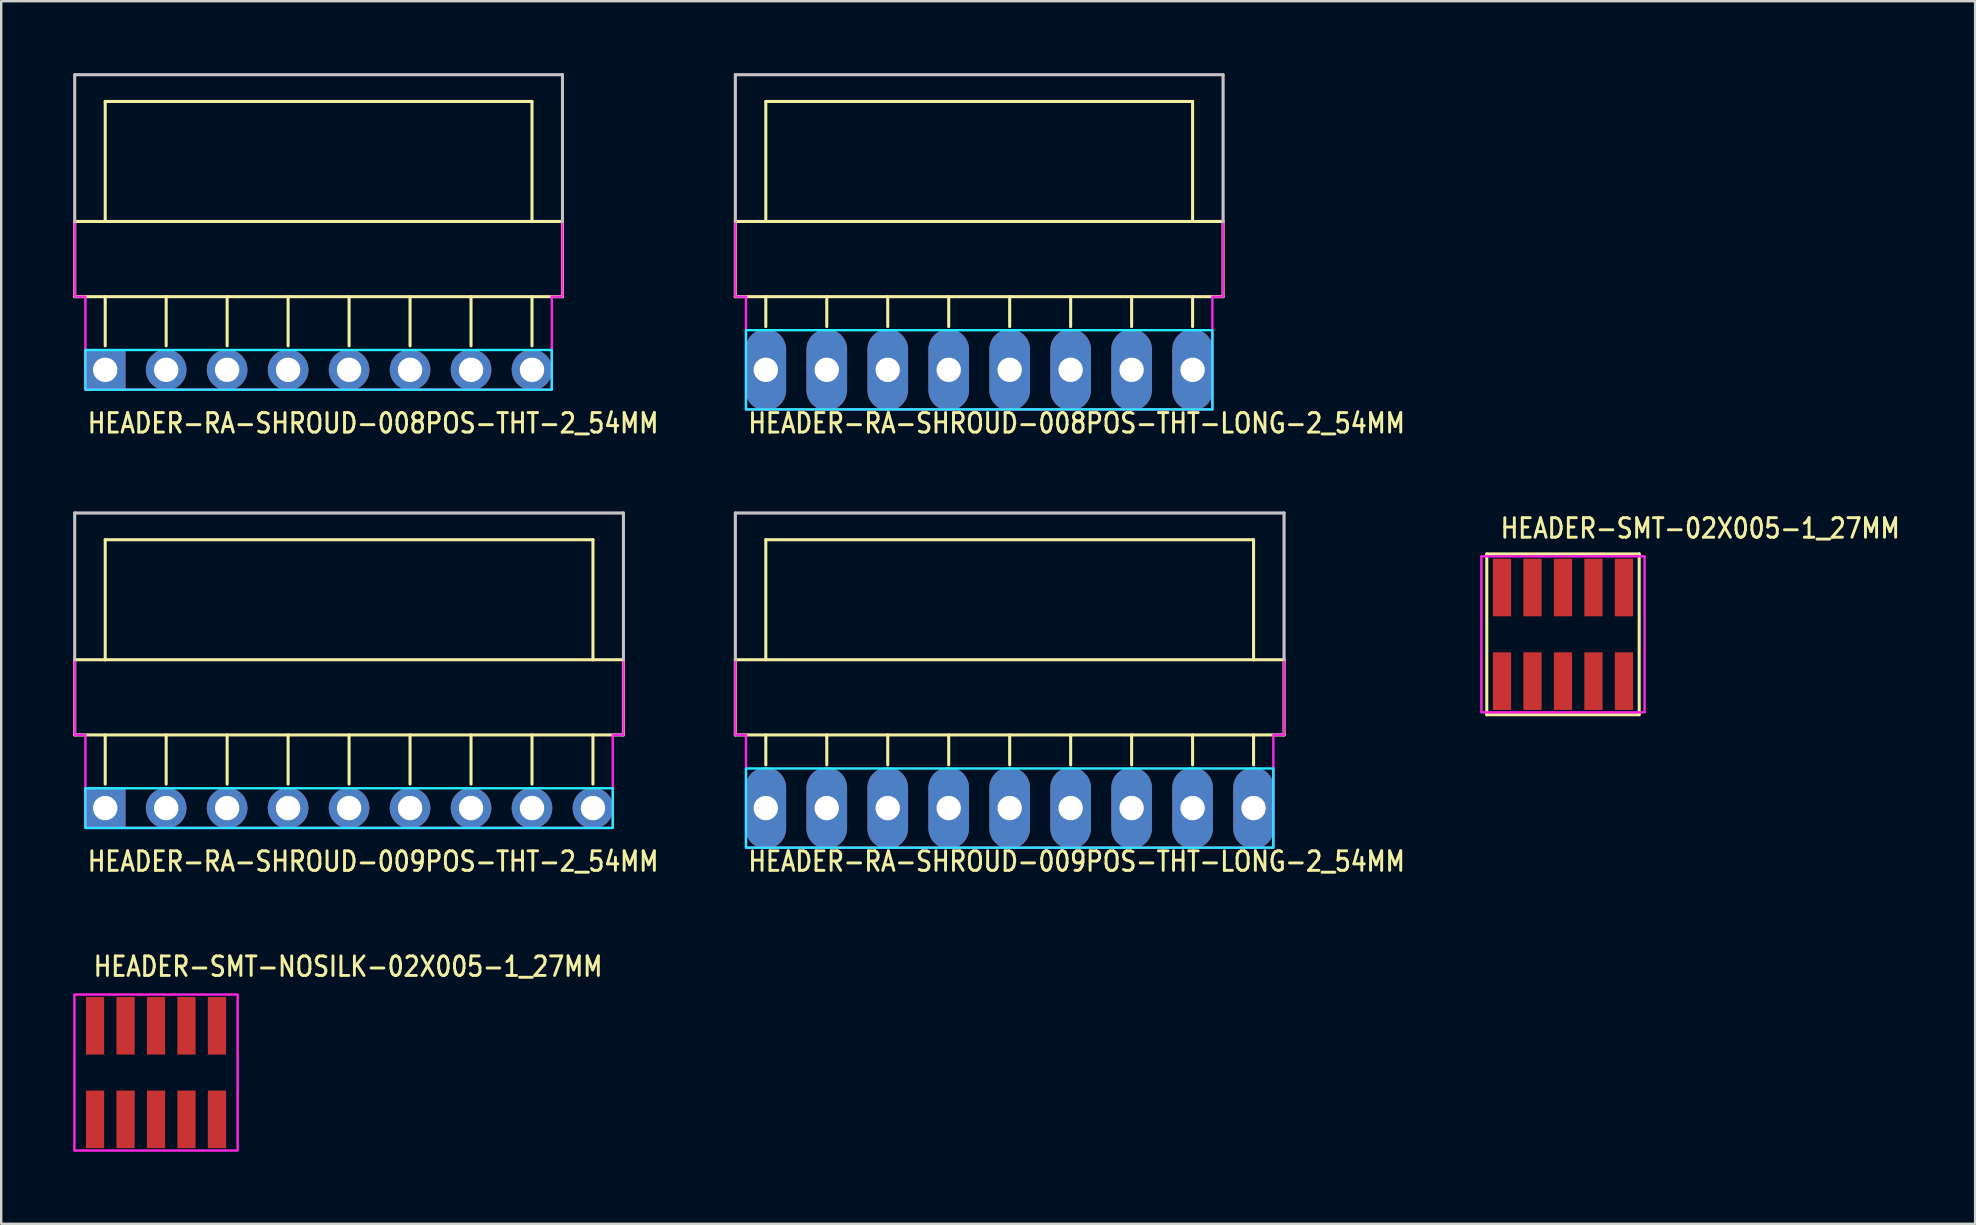
<source format=kicad_pcb>
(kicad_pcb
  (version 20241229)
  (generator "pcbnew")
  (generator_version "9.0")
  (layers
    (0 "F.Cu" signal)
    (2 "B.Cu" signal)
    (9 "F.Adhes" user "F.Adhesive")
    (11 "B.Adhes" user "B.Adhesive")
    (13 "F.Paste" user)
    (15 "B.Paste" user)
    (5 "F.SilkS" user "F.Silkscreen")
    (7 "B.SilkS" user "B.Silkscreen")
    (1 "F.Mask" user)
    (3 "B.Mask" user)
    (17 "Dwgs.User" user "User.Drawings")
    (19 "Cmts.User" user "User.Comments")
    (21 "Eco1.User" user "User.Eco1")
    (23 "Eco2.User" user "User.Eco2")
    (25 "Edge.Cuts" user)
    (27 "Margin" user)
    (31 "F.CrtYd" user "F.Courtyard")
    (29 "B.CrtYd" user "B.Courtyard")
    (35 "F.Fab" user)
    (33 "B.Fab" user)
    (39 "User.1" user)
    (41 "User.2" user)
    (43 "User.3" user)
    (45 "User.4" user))
  (footprint "HEADER-SMT-NOSILK-02X005-1_27MM"
    (layer "F.Cu")
    (at 3.45 41.633)
    (property "Reference" "HEADER-SMT-NOSILK-02X005-1_27MM" (at -2.67 -3.94 0) (unlocked yes) (layer "F.SilkS") (effects (font (size 0.813 0.695) (thickness 0.122)) (justify left bottom)))
    (fp_poly (pts (xy -3.4 -3.25) (xy 3.4 -3.25) (xy 3.4 3.25) (xy -3.4 3.25)) (stroke (width 0.1) (type solid)) (fill no) (layer "F.CrtYd"))
    (pad "1" smd rect (at -2.54 1.95) (size 0.76 2.4) (layers "F.Cu" "F.Mask" "F.Paste"))
    (pad "2" smd rect (at -2.54 -1.95) (size 0.76 2.4) (layers "F.Cu" "F.Mask" "F.Paste"))
    (pad "3" smd rect (at -1.27 1.95) (size 0.76 2.4) (layers "F.Cu" "F.Mask" "F.Paste"))
    (pad "4" smd rect (at -1.27 -1.95) (size 0.76 2.4) (layers "F.Cu" "F.Mask" "F.Paste"))
    (pad "5" smd rect (at 0 1.95) (size 0.76 2.4) (layers "F.Cu" "F.Mask" "F.Paste"))
    (pad "6" smd rect (at 0 -1.95) (size 0.76 2.4) (layers "F.Cu" "F.Mask" "F.Paste"))
    (pad "7" smd rect (at 1.27 1.95) (size 0.76 2.4) (layers "F.Cu" "F.Mask" "F.Paste"))
    (pad "8" smd rect (at 1.27 -1.95) (size 0.76 2.4) (layers "F.Cu" "F.Mask" "F.Paste"))
    (pad "9" smd rect (at 2.54 1.95) (size 0.76 2.4) (layers "F.Cu" "F.Mask" "F.Paste"))
    (pad "10" smd rect (at 2.54 -1.95) (size 0.76 2.4) (layers "F.Cu" "F.Mask" "F.Paste")))
  (footprint "HEADER-RA-SHROUD-008POS-THT-2_54MM"
    (layer "F.Cu")
    (at 1.333 12.357)
    (property "Reference" "HEADER-RA-SHROUD-008POS-THT-2_54MM" (at -0.8 2.7 0) (unlocked yes) (layer "F.SilkS") (effects (font (size 0.813 0.695) (thickness 0.122)) (justify left bottom)))
    (fp_line (start -1.27 -6.18) (end -1.27 -3.048) (stroke (width 0.127) (type solid)) (layer "F.SilkS"))
    (fp_line (start -1.27 -3.048) (end 19.05 -3.048) (stroke (width 0.127) (type solid)) (layer "F.SilkS"))
    (fp_line (start 0 -11.18) (end 0 -6.18) (stroke (width 0.127) (type solid)) (layer "F.SilkS"))
    (fp_line (start 0 -6.18) (end -1.27 -6.18) (stroke (width 0.127) (type solid)) (layer "F.SilkS"))
    (fp_line (start 0 -1) (end 0 -3.048) (stroke (width 0.127) (type solid)) (layer "F.SilkS"))
    (fp_line (start 2.54 -1) (end 2.54 -3.048) (stroke (width 0.127) (type solid)) (layer "F.SilkS"))
    (fp_line (start 5.08 -1) (end 5.08 -3.048) (stroke (width 0.127) (type solid)) (layer "F.SilkS"))
    (fp_line (start 7.62 -1) (end 7.62 -3.048) (stroke (width 0.127) (type solid)) (layer "F.SilkS"))
    (fp_line (start 10.16 -1) (end 10.16 -3.048) (stroke (width 0.127) (type solid)) (layer "F.SilkS"))
    (fp_line (start 12.7 -1) (end 12.7 -3.048) (stroke (width 0.127) (type solid)) (layer "F.SilkS"))
    (fp_line (start 15.24 -1) (end 15.24 -3.048) (stroke (width 0.127) (type solid)) (layer "F.SilkS"))
    (fp_line (start 17.78 -11.18) (end 0 -11.18) (stroke (width 0.127) (type solid)) (layer "F.SilkS"))
    (fp_line (start 17.78 -6.18) (end 0 -6.18) (stroke (width 0.127) (type solid)) (layer "F.SilkS"))
    (fp_line (start 17.78 -6.18) (end 17.78 -11.18) (stroke (width 0.127) (type solid)) (layer "F.SilkS"))
    (fp_line (start 17.78 -1) (end 17.78 -3.048) (stroke (width 0.127) (type solid)) (layer "F.SilkS"))
    (fp_line (start 19.05 -6.18) (end 17.78 -6.18) (stroke (width 0.127) (type solid)) (layer "F.SilkS"))
    (fp_line (start 19.05 -3.048) (end 19.05 -6.18) (stroke (width 0.127) (type solid)) (layer "F.SilkS"))
    (fp_line (start -1.27 -12.294) (end 19.05 -12.294) (stroke (width 0.127) (type solid)) (layer "Dwgs.User"))
    (fp_line (start -1.27 -6.18) (end -1.27 -12.294) (stroke (width 0.127) (type solid)) (layer "Dwgs.User"))
    (fp_line (start 19.05 -12.294) (end 19.05 -6.18) (stroke (width 0.127) (type solid)) (layer "Dwgs.User"))
    (fp_poly (pts (xy -0.826 -0.826) (xy -0.826 0.826) (xy 18.605 0.826) (xy 18.605 -0.826)) (stroke (width 0.1) (type solid)) (fill no) (layer "B.CrtYd"))
    (fp_poly (pts (xy -1.27 -12.294) (xy -1.27 -3.048) (xy -0.826 -3.048) (xy -0.826 0.826) (xy 18.605 0.826) (xy 18.605 -3.048) (xy 19.05 -3.048) (xy 19.05 -12.294)) (stroke (width 0.1) (type solid)) (fill no) (layer "F.CrtYd"))
    (pad "1" thru_hole rect (at 0 0) (size 1.693 1.693) (drill 1.016) (layers "*.Cu" "*.Mask"))
    (pad "2" thru_hole oval (at 2.54 0) (size 1.693 1.693) (drill 1.016) (layers "*.Cu" "*.Mask"))
    (pad "3" thru_hole oval (at 5.08 0) (size 1.693 1.693) (drill 1.016) (layers "*.Cu" "*.Mask"))
    (pad "4" thru_hole oval (at 7.62 0) (size 1.693 1.693) (drill 1.016) (layers "*.Cu" "*.Mask"))
    (pad "5" thru_hole oval (at 10.16 0) (size 1.693 1.693) (drill 1.016) (layers "*.Cu" "*.Mask"))
    (pad "6" thru_hole oval (at 12.7 0) (size 1.693 1.693) (drill 1.016) (layers "*.Cu" "*.Mask"))
    (pad "7" thru_hole oval (at 15.24 0) (size 1.693 1.693) (drill 1.016) (layers "*.Cu" "*.Mask"))
    (pad "8" thru_hole oval (at 17.78 0) (size 1.693 1.693) (drill 1.016) (layers "*.Cu" "*.Mask")))
  (footprint "HEADER-RA-SHROUD-009POS-THT-LONG-2_54MM"
    (layer "F.Cu")
    (at 28.854 30.615)
    (property "Reference" "HEADER-RA-SHROUD-009POS-THT-LONG-2_54MM" (at -0.8 2.7 0) (unlocked yes) (layer "F.SilkS") (effects (font (size 0.813 0.695) (thickness 0.122)) (justify left bottom)))
    (fp_line (start -1.27 -6.18) (end -1.27 -3.048) (stroke (width 0.127) (type solid)) (layer "F.SilkS"))
    (fp_line (start -1.27 -3.048) (end 21.59 -3.048) (stroke (width 0.127) (type solid)) (layer "F.SilkS"))
    (fp_line (start 0 -11.18) (end 0 -6.18) (stroke (width 0.127) (type solid)) (layer "F.SilkS"))
    (fp_line (start 0 -6.18) (end -1.27 -6.18) (stroke (width 0.127) (type solid)) (layer "F.SilkS"))
    (fp_line (start 0 -1.8) (end 0 -3.048) (stroke (width 0.127) (type solid)) (layer "F.SilkS"))
    (fp_line (start 2.54 -1.8) (end 2.54 -3.048) (stroke (width 0.127) (type solid)) (layer "F.SilkS"))
    (fp_line (start 5.08 -1.8) (end 5.08 -3.048) (stroke (width 0.127) (type solid)) (layer "F.SilkS"))
    (fp_line (start 7.62 -1.8) (end 7.62 -3.048) (stroke (width 0.127) (type solid)) (layer "F.SilkS"))
    (fp_line (start 10.16 -1.8) (end 10.16 -3.048) (stroke (width 0.127) (type solid)) (layer "F.SilkS"))
    (fp_line (start 12.7 -1.8) (end 12.7 -3.048) (stroke (width 0.127) (type solid)) (layer "F.SilkS"))
    (fp_line (start 15.24 -1.8) (end 15.24 -3.048) (stroke (width 0.127) (type solid)) (layer "F.SilkS"))
    (fp_line (start 17.78 -1.8) (end 17.78 -3.048) (stroke (width 0.127) (type solid)) (layer "F.SilkS"))
    (fp_line (start 20.32 -11.18) (end 0 -11.18) (stroke (width 0.127) (type solid)) (layer "F.SilkS"))
    (fp_line (start 20.32 -6.18) (end 0 -6.18) (stroke (width 0.127) (type solid)) (layer "F.SilkS"))
    (fp_line (start 20.32 -6.18) (end 20.32 -11.18) (stroke (width 0.127) (type solid)) (layer "F.SilkS"))
    (fp_line (start 20.32 -1.8) (end 20.32 -3.048) (stroke (width 0.127) (type solid)) (layer "F.SilkS"))
    (fp_line (start 21.59 -6.18) (end 20.32 -6.18) (stroke (width 0.127) (type solid)) (layer "F.SilkS"))
    (fp_line (start 21.59 -3.048) (end 21.59 -6.18) (stroke (width 0.127) (type solid)) (layer "F.SilkS"))
    (fp_line (start -1.27 -12.294) (end 21.59 -12.294) (stroke (width 0.127) (type solid)) (layer "Dwgs.User"))
    (fp_line (start -1.27 -6.18) (end -1.27 -12.294) (stroke (width 0.127) (type solid)) (layer "Dwgs.User"))
    (fp_line (start 21.59 -12.294) (end 21.59 -6.18) (stroke (width 0.127) (type solid)) (layer "Dwgs.User"))
    (fp_poly (pts (xy -0.826 -1.65) (xy -0.826 1.65) (xy 21.145 1.65) (xy 21.145 -1.65)) (stroke (width 0.1) (type solid)) (fill no) (layer "B.CrtYd"))
    (fp_poly (pts (xy -1.27 -12.294) (xy -1.27 -3.048) (xy -0.826 -3.048) (xy -0.826 1.65) (xy 21.145 1.65) (xy 21.145 -3.048) (xy 21.59 -3.048) (xy 21.59 -12.294)) (stroke (width 0.1) (type solid)) (fill no) (layer "F.CrtYd"))
    (pad "1" thru_hole oval (at 0 0 90) (size 3.387 1.693) (drill 1.016) (layers "*.Cu" "*.Mask"))
    (pad "2" thru_hole oval (at 2.54 0 90) (size 3.387 1.693) (drill 1.016) (layers "*.Cu" "*.Mask"))
    (pad "3" thru_hole oval (at 5.08 0 90) (size 3.387 1.693) (drill 1.016) (layers "*.Cu" "*.Mask"))
    (pad "4" thru_hole oval (at 7.62 0 90) (size 3.387 1.693) (drill 1.016) (layers "*.Cu" "*.Mask"))
    (pad "5" thru_hole oval (at 10.16 0 90) (size 3.387 1.693) (drill 1.016) (layers "*.Cu" "*.Mask"))
    (pad "6" thru_hole oval (at 12.7 0 90) (size 3.387 1.693) (drill 1.016) (layers "*.Cu" "*.Mask"))
    (pad "7" thru_hole oval (at 15.24 0 90) (size 3.387 1.693) (drill 1.016) (layers "*.Cu" "*.Mask"))
    (pad "8" thru_hole oval (at 17.78 0 90) (size 3.387 1.693) (drill 1.016) (layers "*.Cu" "*.Mask"))
    (pad "9" thru_hole oval (at 20.32 0 90) (size 3.387 1.693) (drill 1.016) (layers "*.Cu" "*.Mask")))
  (footprint "HEADER-SMT-02X005-1_27MM"
    (layer "F.Cu")
    (at 62.065 23.376)
    (property "Reference" "HEADER-SMT-02X005-1_27MM" (at -2.67 -3.94 0) (unlocked yes) (layer "F.SilkS") (effects (font (size 0.813 0.695) (thickness 0.122)) (justify left bottom)))
    (fp_line (start -3.175 -3.35) (end -3.175 3.35) (stroke (width 0.127) (type solid)) (layer "F.SilkS"))
    (fp_line (start -3.175 3.35) (end 3.175 3.35) (stroke (width 0.127) (type solid)) (layer "F.SilkS"))
    (fp_line (start 3.175 -3.35) (end -3.175 -3.35) (stroke (width 0.127) (type solid)) (layer "F.SilkS"))
    (fp_line (start 3.175 3.35) (end 3.175 -3.35) (stroke (width 0.127) (type solid)) (layer "F.SilkS"))
    (fp_poly (pts (xy -3.4 -3.25) (xy 3.4 -3.25) (xy 3.4 3.25) (xy -3.4 3.25)) (stroke (width 0.1) (type solid)) (fill no) (layer "F.CrtYd"))
    (pad "1" smd rect (at -2.54 1.95) (size 0.76 2.4) (layers "F.Cu" "F.Mask" "F.Paste"))
    (pad "2" smd rect (at -2.54 -1.95) (size 0.76 2.4) (layers "F.Cu" "F.Mask" "F.Paste"))
    (pad "3" smd rect (at -1.27 1.95) (size 0.76 2.4) (layers "F.Cu" "F.Mask" "F.Paste"))
    (pad "4" smd rect (at -1.27 -1.95) (size 0.76 2.4) (layers "F.Cu" "F.Mask" "F.Paste"))
    (pad "5" smd rect (at 0 1.95) (size 0.76 2.4) (layers "F.Cu" "F.Mask" "F.Paste"))
    (pad "6" smd rect (at 0 -1.95) (size 0.76 2.4) (layers "F.Cu" "F.Mask" "F.Paste"))
    (pad "7" smd rect (at 1.27 1.95) (size 0.76 2.4) (layers "F.Cu" "F.Mask" "F.Paste"))
    (pad "8" smd rect (at 1.27 -1.95) (size 0.76 2.4) (layers "F.Cu" "F.Mask" "F.Paste"))
    (pad "9" smd rect (at 2.54 1.95) (size 0.76 2.4) (layers "F.Cu" "F.Mask" "F.Paste"))
    (pad "10" smd rect (at 2.54 -1.95) (size 0.76 2.4) (layers "F.Cu" "F.Mask" "F.Paste")))
  (footprint "HEADER-RA-SHROUD-008POS-THT-LONG-2_54MM"
    (layer "F.Cu")
    (at 28.854 12.357)
    (property "Reference" "HEADER-RA-SHROUD-008POS-THT-LONG-2_54MM" (at -0.8 2.7 0) (unlocked yes) (layer "F.SilkS") (effects (font (size 0.813 0.695) (thickness 0.122)) (justify left bottom)))
    (fp_line (start -1.27 -6.18) (end -1.27 -3.048) (stroke (width 0.127) (type solid)) (layer "F.SilkS"))
    (fp_line (start -1.27 -3.048) (end 19.05 -3.048) (stroke (width 0.127) (type solid)) (layer "F.SilkS"))
    (fp_line (start 0 -11.18) (end 0 -6.18) (stroke (width 0.127) (type solid)) (layer "F.SilkS"))
    (fp_line (start 0 -6.18) (end -1.27 -6.18) (stroke (width 0.127) (type solid)) (layer "F.SilkS"))
    (fp_line (start 0 -1.8) (end 0 -3.048) (stroke (width 0.127) (type solid)) (layer "F.SilkS"))
    (fp_line (start 2.54 -1.8) (end 2.54 -3.048) (stroke (width 0.127) (type solid)) (layer "F.SilkS"))
    (fp_line (start 5.08 -1.8) (end 5.08 -3.048) (stroke (width 0.127) (type solid)) (layer "F.SilkS"))
    (fp_line (start 7.62 -1.8) (end 7.62 -3.048) (stroke (width 0.127) (type solid)) (layer "F.SilkS"))
    (fp_line (start 10.16 -1.8) (end 10.16 -3.048) (stroke (width 0.127) (type solid)) (layer "F.SilkS"))
    (fp_line (start 12.7 -1.8) (end 12.7 -3.048) (stroke (width 0.127) (type solid)) (layer "F.SilkS"))
    (fp_line (start 15.24 -1.8) (end 15.24 -3.048) (stroke (width 0.127) (type solid)) (layer "F.SilkS"))
    (fp_line (start 17.78 -11.18) (end 0 -11.18) (stroke (width 0.127) (type solid)) (layer "F.SilkS"))
    (fp_line (start 17.78 -6.18) (end 0 -6.18) (stroke (width 0.127) (type solid)) (layer "F.SilkS"))
    (fp_line (start 17.78 -6.18) (end 17.78 -11.18) (stroke (width 0.127) (type solid)) (layer "F.SilkS"))
    (fp_line (start 17.78 -1.8) (end 17.78 -3.048) (stroke (width 0.127) (type solid)) (layer "F.SilkS"))
    (fp_line (start 19.05 -6.18) (end 17.78 -6.18) (stroke (width 0.127) (type solid)) (layer "F.SilkS"))
    (fp_line (start 19.05 -3.048) (end 19.05 -6.18) (stroke (width 0.127) (type solid)) (layer "F.SilkS"))
    (fp_line (start -1.27 -12.294) (end 19.05 -12.294) (stroke (width 0.127) (type solid)) (layer "Dwgs.User"))
    (fp_line (start -1.27 -6.18) (end -1.27 -12.294) (stroke (width 0.127) (type solid)) (layer "Dwgs.User"))
    (fp_line (start 19.05 -12.294) (end 19.05 -6.18) (stroke (width 0.127) (type solid)) (layer "Dwgs.User"))
    (fp_poly (pts (xy -0.826 -1.65) (xy -0.826 1.65) (xy 18.605 1.65) (xy 18.605 -1.65)) (stroke (width 0.1) (type solid)) (fill no) (layer "B.CrtYd"))
    (fp_poly (pts (xy -1.27 -12.294) (xy -1.27 -3.048) (xy -0.826 -3.048) (xy -0.826 1.65) (xy 18.605 1.65) (xy 18.605 -3.048) (xy 19.05 -3.048) (xy 19.05 -12.294)) (stroke (width 0.1) (type solid)) (fill no) (layer "F.CrtYd"))
    (pad "1" thru_hole oval (at 0 0 90) (size 3.387 1.693) (drill 1.016) (layers "*.Cu" "*.Mask"))
    (pad "2" thru_hole oval (at 2.54 0 90) (size 3.387 1.693) (drill 1.016) (layers "*.Cu" "*.Mask"))
    (pad "3" thru_hole oval (at 5.08 0 90) (size 3.387 1.693) (drill 1.016) (layers "*.Cu" "*.Mask"))
    (pad "4" thru_hole oval (at 7.62 0 90) (size 3.387 1.693) (drill 1.016) (layers "*.Cu" "*.Mask"))
    (pad "5" thru_hole oval (at 10.16 0 90) (size 3.387 1.693) (drill 1.016) (layers "*.Cu" "*.Mask"))
    (pad "6" thru_hole oval (at 12.7 0 90) (size 3.387 1.693) (drill 1.016) (layers "*.Cu" "*.Mask"))
    (pad "7" thru_hole oval (at 15.24 0 90) (size 3.387 1.693) (drill 1.016) (layers "*.Cu" "*.Mask"))
    (pad "8" thru_hole oval (at 17.78 0 90) (size 3.387 1.693) (drill 1.016) (layers "*.Cu" "*.Mask")))
  (footprint "HEADER-RA-SHROUD-009POS-THT-2_54MM"
    (layer "F.Cu")
    (at 1.333 30.615)
    (property "Reference" "HEADER-RA-SHROUD-009POS-THT-2_54MM" (at -0.8 2.7 0) (unlocked yes) (layer "F.SilkS") (effects (font (size 0.813 0.695) (thickness 0.122)) (justify left bottom)))
    (fp_line (start -1.27 -6.18) (end -1.27 -3.048) (stroke (width 0.127) (type solid)) (layer "F.SilkS"))
    (fp_line (start -1.27 -3.048) (end 21.59 -3.048) (stroke (width 0.127) (type solid)) (layer "F.SilkS"))
    (fp_line (start 0 -11.18) (end 0 -6.18) (stroke (width 0.127) (type solid)) (layer "F.SilkS"))
    (fp_line (start 0 -6.18) (end -1.27 -6.18) (stroke (width 0.127) (type solid)) (layer "F.SilkS"))
    (fp_line (start 0 -1) (end 0 -3.048) (stroke (width 0.127) (type solid)) (layer "F.SilkS"))
    (fp_line (start 2.54 -1) (end 2.54 -3.048) (stroke (width 0.127) (type solid)) (layer "F.SilkS"))
    (fp_line (start 5.08 -1) (end 5.08 -3.048) (stroke (width 0.127) (type solid)) (layer "F.SilkS"))
    (fp_line (start 7.62 -1) (end 7.62 -3.048) (stroke (width 0.127) (type solid)) (layer "F.SilkS"))
    (fp_line (start 10.16 -1) (end 10.16 -3.048) (stroke (width 0.127) (type solid)) (layer "F.SilkS"))
    (fp_line (start 12.7 -1) (end 12.7 -3.048) (stroke (width 0.127) (type solid)) (layer "F.SilkS"))
    (fp_line (start 15.24 -1) (end 15.24 -3.048) (stroke (width 0.127) (type solid)) (layer "F.SilkS"))
    (fp_line (start 17.78 -1) (end 17.78 -3.048) (stroke (width 0.127) (type solid)) (layer "F.SilkS"))
    (fp_line (start 20.32 -11.18) (end 0 -11.18) (stroke (width 0.127) (type solid)) (layer "F.SilkS"))
    (fp_line (start 20.32 -6.18) (end 0 -6.18) (stroke (width 0.127) (type solid)) (layer "F.SilkS"))
    (fp_line (start 20.32 -6.18) (end 20.32 -11.18) (stroke (width 0.127) (type solid)) (layer "F.SilkS"))
    (fp_line (start 20.32 -1) (end 20.32 -3.048) (stroke (width 0.127) (type solid)) (layer "F.SilkS"))
    (fp_line (start 21.59 -6.18) (end 20.32 -6.18) (stroke (width 0.127) (type solid)) (layer "F.SilkS"))
    (fp_line (start 21.59 -3.048) (end 21.59 -6.18) (stroke (width 0.127) (type solid)) (layer "F.SilkS"))
    (fp_line (start -1.27 -12.294) (end 21.59 -12.294) (stroke (width 0.127) (type solid)) (layer "Dwgs.User"))
    (fp_line (start -1.27 -6.18) (end -1.27 -12.294) (stroke (width 0.127) (type solid)) (layer "Dwgs.User"))
    (fp_line (start 21.59 -12.294) (end 21.59 -6.18) (stroke (width 0.127) (type solid)) (layer "Dwgs.User"))
    (fp_poly (pts (xy -0.826 -0.826) (xy -0.826 0.826) (xy 21.145 0.826) (xy 21.145 -0.826)) (stroke (width 0.1) (type solid)) (fill no) (layer "B.CrtYd"))
    (fp_poly (pts (xy -1.27 -12.294) (xy -1.27 -3.048) (xy -0.826 -3.048) (xy -0.826 0.826) (xy 21.145 0.826) (xy 21.145 -3.048) (xy 21.59 -3.048) (xy 21.59 -12.294)) (stroke (width 0.1) (type solid)) (fill no) (layer "F.CrtYd"))
    (pad "1" thru_hole rect (at 0 0) (size 1.693 1.693) (drill 1.016) (layers "*.Cu" "*.Mask"))
    (pad "2" thru_hole oval (at 2.54 0) (size 1.693 1.693) (drill 1.016) (layers "*.Cu" "*.Mask"))
    (pad "3" thru_hole oval (at 5.08 0) (size 1.693 1.693) (drill 1.016) (layers "*.Cu" "*.Mask"))
    (pad "4" thru_hole oval (at 7.62 0) (size 1.693 1.693) (drill 1.016) (layers "*.Cu" "*.Mask"))
    (pad "5" thru_hole oval (at 10.16 0) (size 1.693 1.693) (drill 1.016) (layers "*.Cu" "*.Mask"))
    (pad "6" thru_hole oval (at 12.7 0) (size 1.693 1.693) (drill 1.016) (layers "*.Cu" "*.Mask"))
    (pad "7" thru_hole oval (at 15.24 0) (size 1.693 1.693) (drill 1.016) (layers "*.Cu" "*.Mask"))
    (pad "8" thru_hole oval (at 17.78 0) (size 1.693 1.693) (drill 1.016) (layers "*.Cu" "*.Mask"))
    (pad "9" thru_hole oval (at 20.32 0) (size 1.693 1.693) (drill 1.016) (layers "*.Cu" "*.Mask")))
  (gr_rect
    (start -3 -3)
    (end 79.235 47.933)
    (stroke (width 0.1) (type default))
    (fill no)
    (layer "Edge.Cuts")))
</source>
